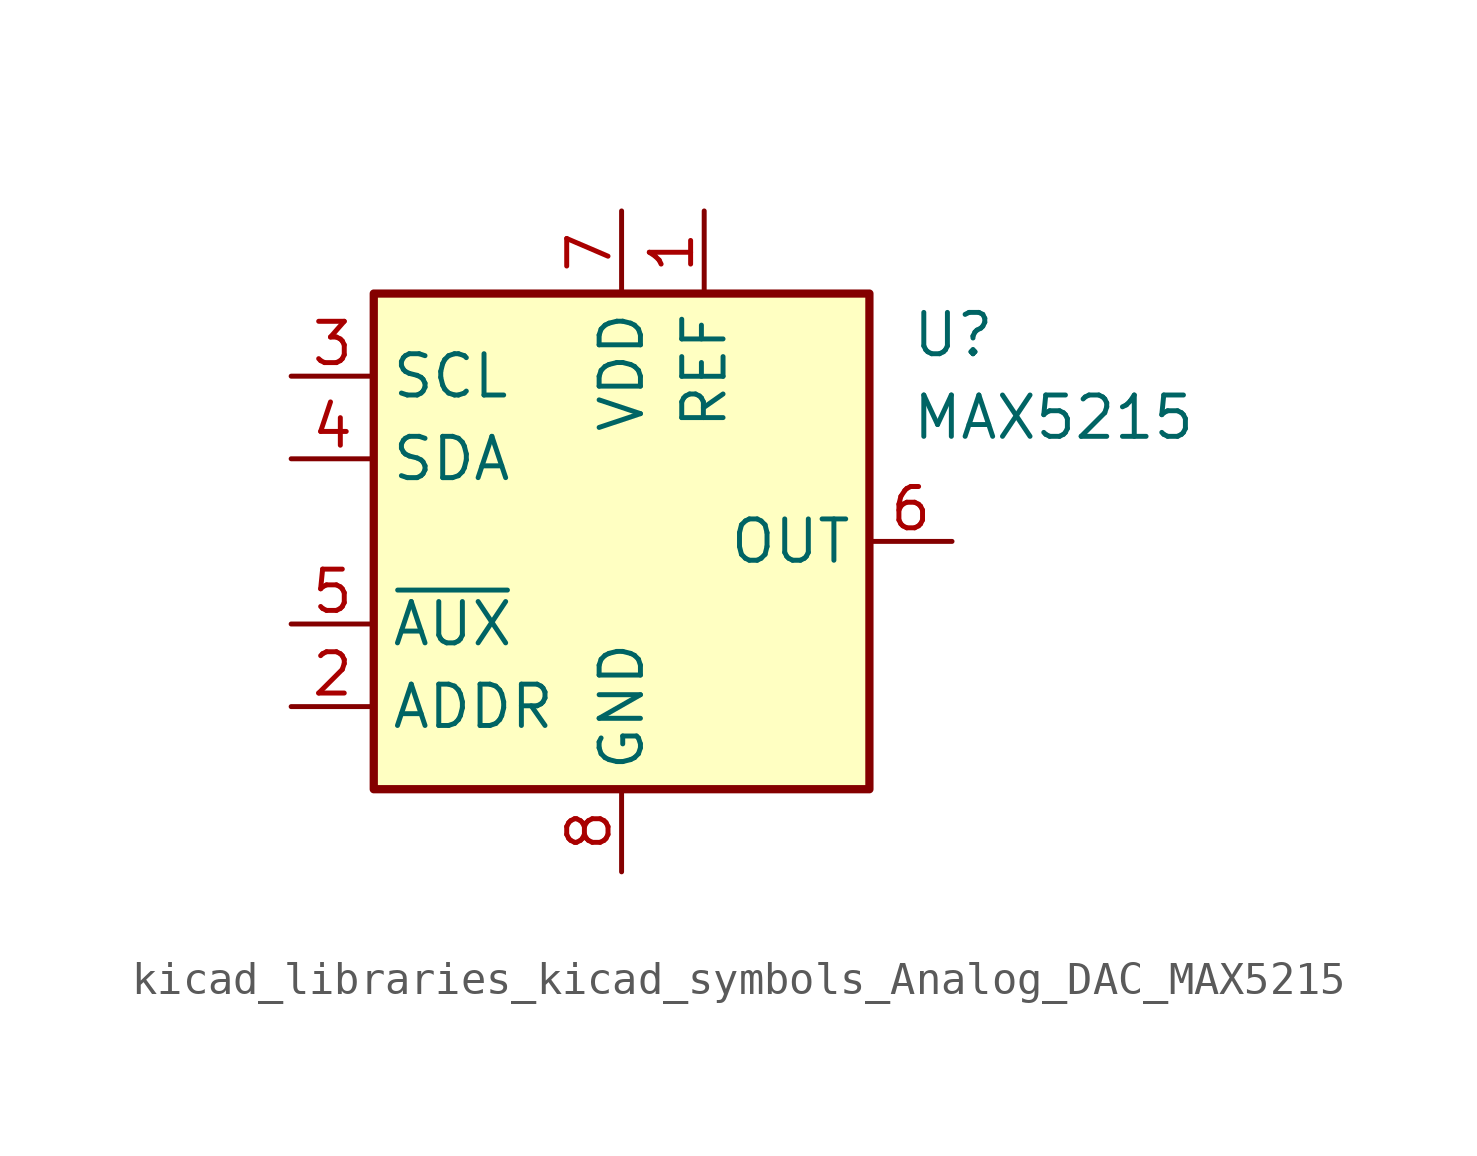
<source format=kicad_sym>
(kicad_symbol_lib
  (version 20220914)
  (generator kicad_symbol_editor)
  (symbol "kicad_libraries_kicad_symbols_Analog_DAC_MAX5215"
    (property "Reference" "U"
      (at 8.89 6.35 0)
      (effects (font (size 1.27 1.27)) (justify left)))
    (property "Value" "MAX5215"
      (at 8.89 3.81 0)
      (effects (font (size 1.27 1.27)) (justify left)))
    (symbol "kicad_libraries_kicad_symbols_Analog_DAC_MAX5215_0_1"
      (rectangle (start -7.62 7.62) (end 7.62 -7.62) (stroke (width 0.254) (type default)) (fill (type background))))
    (symbol "kicad_libraries_kicad_symbols_Analog_DAC_MAX5215_1_1"
      (pin power_in line (at 2.54 10.16 270) (length 2.54) (name "REF" (effects (font (size 1.27 1.27)))) (number "1" (effects (font (size 1.27 1.27)))))
      (pin input line (at -10.16 -5.08 0) (length 2.54) (name "ADDR" (effects (font (size 1.27 1.27)))) (number "2" (effects (font (size 1.27 1.27)))))
      (pin input line (at -10.16 5.08 0) (length 2.54) (name "SCL" (effects (font (size 1.27 1.27)))) (number "3" (effects (font (size 1.27 1.27)))))
      (pin bidirectional line (at -10.16 2.54 0) (length 2.54) (name "SDA" (effects (font (size 1.27 1.27)))) (number "4" (effects (font (size 1.27 1.27)))))
      (pin input line (at -10.16 -2.54 0) (length 2.54) (name "~{AUX}" (effects (font (size 1.27 1.27)))) (number "5" (effects (font (size 1.27 1.27)))))
      (pin output line (at 10.16 0 180) (length 2.54) (name "OUT" (effects (font (size 1.27 1.27)))) (number "6" (effects (font (size 1.27 1.27)))))
      (pin power_in line (at 0 10.16 270) (length 2.54) (name "VDD" (effects (font (size 1.27 1.27)))) (number "7" (effects (font (size 1.27 1.27)))))
      (pin power_in line (at 0 -10.16 90) (length 2.54) (name "GND" (effects (font (size 1.27 1.27)))) (number "8" (effects (font (size 1.27 1.27))))))))
</source>
